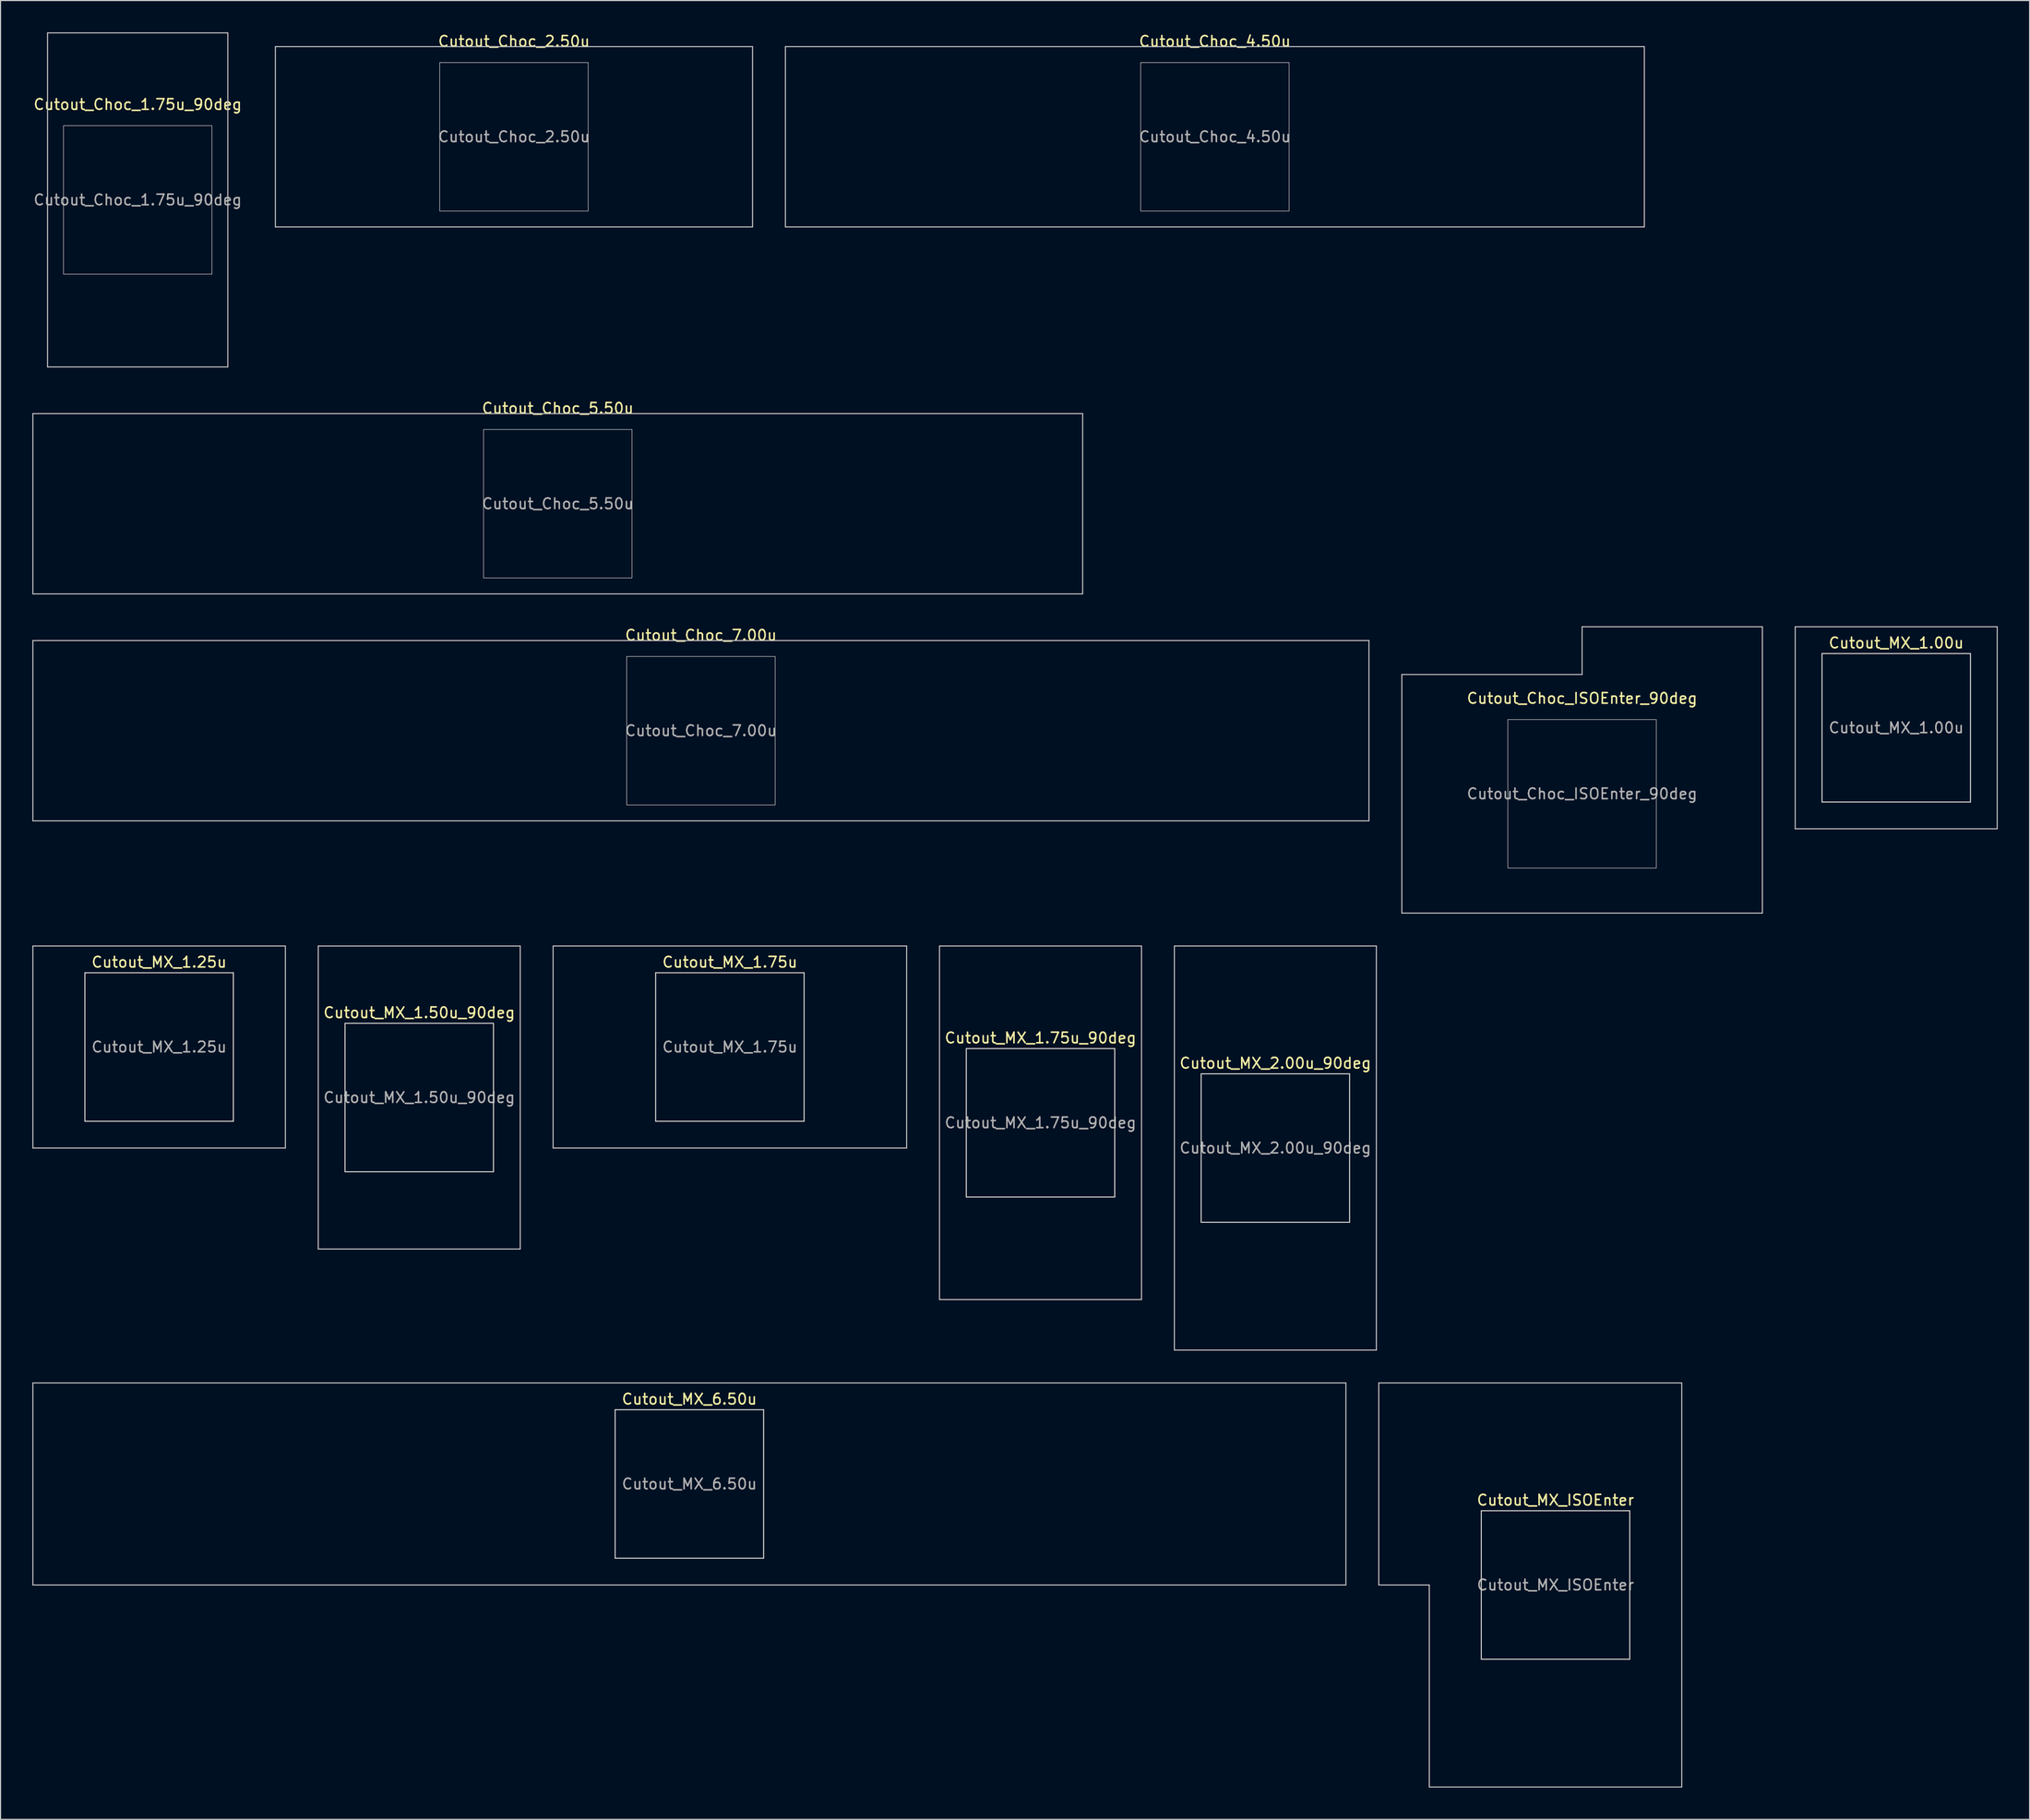
<source format=kicad_pcb>
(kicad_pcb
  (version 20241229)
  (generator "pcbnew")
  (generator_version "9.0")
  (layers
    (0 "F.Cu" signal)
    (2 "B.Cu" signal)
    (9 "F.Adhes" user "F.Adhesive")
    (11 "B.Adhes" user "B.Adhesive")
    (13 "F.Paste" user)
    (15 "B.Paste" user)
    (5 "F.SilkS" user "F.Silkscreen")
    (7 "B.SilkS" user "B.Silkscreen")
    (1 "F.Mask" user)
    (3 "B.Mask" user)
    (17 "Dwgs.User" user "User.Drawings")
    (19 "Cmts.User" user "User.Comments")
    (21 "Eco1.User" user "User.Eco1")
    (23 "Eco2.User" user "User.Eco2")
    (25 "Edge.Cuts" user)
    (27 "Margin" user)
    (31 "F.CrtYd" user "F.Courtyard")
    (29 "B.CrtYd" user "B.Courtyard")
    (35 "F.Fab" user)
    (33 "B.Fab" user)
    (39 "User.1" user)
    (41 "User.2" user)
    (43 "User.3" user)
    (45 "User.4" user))
  (footprint "Cutout_Choc_ISOEnter_90deg"
    (layer "F.Cu")
    (at 146.15 71.798)
    (property "Reference" "Cutout_Choc_ISOEnter_90deg" (at 0 -9 0) (layer "F.SilkS") (effects (font (size 1 1) (thickness 0.15))))
    (attr through_hole)
    (fp_line (start -17 -11.25) (end -17 11.25) (stroke (width 0.1) (type solid)) (layer "Dwgs.User"))
    (fp_line (start -17 11.25) (end 17 11.25) (stroke (width 0.1) (type solid)) (layer "Dwgs.User"))
    (fp_line (start 0 -15.75) (end 0 -11.25) (stroke (width 0.1) (type solid)) (layer "Dwgs.User"))
    (fp_line (start 0 -11.25) (end -17 -11.25) (stroke (width 0.1) (type solid)) (layer "Dwgs.User"))
    (fp_line (start 17 -15.75) (end 0 -15.75) (stroke (width 0.1) (type solid)) (layer "Dwgs.User"))
    (fp_line (start 17 11.25) (end 17 -15.75) (stroke (width 0.1) (type solid)) (layer "Dwgs.User"))
    (fp_rect (start -7 -7) (end 7 7) (stroke (width 0.05) (type default)) (fill no) (layer "Edge.Cuts"))
    (fp_text user "${REFERENCE}" (at 0 0 0) (layer "F.Fab") (effects (font (size 1 1) (thickness 0.15)))))
  (footprint "Cutout_MX_1.75u_90deg"
    (layer "F.Cu")
    (at 95.075 102.817)
    (property "Reference" "Cutout_MX_1.75u_90deg" (at 0 -8 0) (layer "F.SilkS") (effects (font (size 1 1) (thickness 0.15))))
    (attr through_hole)
    (fp_line (start -9.525 -16.669) (end 9.525 -16.669) (stroke (width 0.1) (type solid)) (layer "Dwgs.User"))
    (fp_line (start -9.525 16.669) (end -9.525 -16.669) (stroke (width 0.1) (type solid)) (layer "Dwgs.User"))
    (fp_line (start 9.525 -16.669) (end 9.525 16.669) (stroke (width 0.1) (type solid)) (layer "Dwgs.User"))
    (fp_line (start 9.525 16.669) (end -9.525 16.669) (stroke (width 0.1) (type solid)) (layer "Dwgs.User"))
    (fp_line (start -7 -7) (end -7 7) (stroke (width 0.1) (type solid)) (layer "Edge.Cuts"))
    (fp_line (start -7 7) (end 7 7) (stroke (width 0.1) (type solid)) (layer "Edge.Cuts"))
    (fp_line (start 7 -7) (end -7 -7) (stroke (width 0.1) (type solid)) (layer "Edge.Cuts"))
    (fp_line (start 7 7) (end 7 -7) (stroke (width 0.1) (type solid)) (layer "Edge.Cuts"))
    (fp_text user "${REFERENCE}" (at 0 0 0) (layer "F.Fab") (effects (font (size 1 1) (thickness 0.15)))))
  (footprint "Cutout_Choc_5.50u"
    (layer "F.Cu")
    (at 49.55 44.448)
    (property "Reference" "Cutout_Choc_5.50u" (at 0 -9 0) (layer "F.SilkS") (effects (font (size 1 1) (thickness 0.15))))
    (attr through_hole)
    (fp_line (start -49.5 -8.5) (end -49.5 8.5) (stroke (width 0.1) (type solid)) (layer "Dwgs.User"))
    (fp_line (start -49.5 8.5) (end 49.5 8.5) (stroke (width 0.1) (type solid)) (layer "Dwgs.User"))
    (fp_line (start 49.5 -8.5) (end -49.5 -8.5) (stroke (width 0.1) (type solid)) (layer "Dwgs.User"))
    (fp_line (start 49.5 8.5) (end 49.5 -8.5) (stroke (width 0.1) (type solid)) (layer "Dwgs.User"))
    (fp_rect (start -7 -7) (end 7 7) (stroke (width 0.05) (type default)) (fill no) (layer "Edge.Cuts"))
    (fp_text user "${REFERENCE}" (at 0 0 0) (layer "F.Fab") (effects (font (size 1 1) (thickness 0.15)))))
  (footprint "Cutout_MX_1.50u_90deg"
    (layer "F.Cu")
    (at 36.487 100.436)
    (property "Reference" "Cutout_MX_1.50u_90deg" (at 0 -8 0) (layer "F.SilkS") (effects (font (size 1 1) (thickness 0.15))))
    (attr through_hole)
    (fp_line (start -9.525 -14.287) (end 9.525 -14.287) (stroke (width 0.1) (type solid)) (layer "Dwgs.User"))
    (fp_line (start -9.525 14.287) (end -9.525 -14.287) (stroke (width 0.1) (type solid)) (layer "Dwgs.User"))
    (fp_line (start 9.525 -14.287) (end 9.525 14.287) (stroke (width 0.1) (type solid)) (layer "Dwgs.User"))
    (fp_line (start 9.525 14.287) (end -9.525 14.287) (stroke (width 0.1) (type solid)) (layer "Dwgs.User"))
    (fp_line (start -7 -7) (end -7 7) (stroke (width 0.1) (type solid)) (layer "Edge.Cuts"))
    (fp_line (start -7 7) (end 7 7) (stroke (width 0.1) (type solid)) (layer "Edge.Cuts"))
    (fp_line (start 7 -7) (end -7 -7) (stroke (width 0.1) (type solid)) (layer "Edge.Cuts"))
    (fp_line (start 7 7) (end 7 -7) (stroke (width 0.1) (type solid)) (layer "Edge.Cuts"))
    (fp_text user "${REFERENCE}" (at 0 0 0) (layer "F.Fab") (effects (font (size 1 1) (thickness 0.15)))))
  (footprint "Cutout_MX_ISOEnter"
    (layer "F.Cu")
    (at 143.644 146.398)
    (property "Reference" "Cutout_MX_ISOEnter" (at 0 -8 0) (layer "F.SilkS") (effects (font (size 1 1) (thickness 0.15))))
    (attr through_hole)
    (fp_line (start -16.669 -19.05) (end -16.669 0) (stroke (width 0.1) (type solid)) (layer "Dwgs.User"))
    (fp_line (start -16.669 0) (end -11.906 0) (stroke (width 0.1) (type solid)) (layer "Dwgs.User"))
    (fp_line (start -11.906 0) (end -11.906 19.05) (stroke (width 0.1) (type solid)) (layer "Dwgs.User"))
    (fp_line (start -11.906 19.05) (end 11.906 19.05) (stroke (width 0.1) (type solid)) (layer "Dwgs.User"))
    (fp_line (start 11.906 -19.05) (end -16.669 -19.05) (stroke (width 0.1) (type solid)) (layer "Dwgs.User"))
    (fp_line (start 11.906 19.05) (end 11.906 -19.05) (stroke (width 0.1) (type solid)) (layer "Dwgs.User"))
    (fp_line (start -7 -7) (end -7 7) (stroke (width 0.1) (type solid)) (layer "Edge.Cuts"))
    (fp_line (start -7 7) (end 7 7) (stroke (width 0.1) (type solid)) (layer "Edge.Cuts"))
    (fp_line (start 7 -7) (end -7 -7) (stroke (width 0.1) (type solid)) (layer "Edge.Cuts"))
    (fp_line (start 7 7) (end 7 -7) (stroke (width 0.1) (type solid)) (layer "Edge.Cuts"))
    (fp_text user "${REFERENCE}" (at 0 0 0) (layer "F.Fab") (effects (font (size 1 1) (thickness 0.15)))))
  (footprint "Cutout_MX_1.00u"
    (layer "F.Cu")
    (at 175.775 65.573)
    (property "Reference" "Cutout_MX_1.00u" (at 0 -8 0) (layer "F.SilkS") (effects (font (size 1 1) (thickness 0.15))))
    (attr through_hole)
    (fp_line (start -9.525 -9.525) (end -9.525 9.525) (stroke (width 0.1) (type solid)) (layer "Dwgs.User"))
    (fp_line (start -9.525 9.525) (end 9.525 9.525) (stroke (width 0.1) (type solid)) (layer "Dwgs.User"))
    (fp_line (start 9.525 -9.525) (end -9.525 -9.525) (stroke (width 0.1) (type solid)) (layer "Dwgs.User"))
    (fp_line (start 9.525 9.525) (end 9.525 -9.525) (stroke (width 0.1) (type solid)) (layer "Dwgs.User"))
    (fp_line (start -7 -7) (end -7 7) (stroke (width 0.1) (type solid)) (layer "Edge.Cuts"))
    (fp_line (start -7 7) (end 7 7) (stroke (width 0.1) (type solid)) (layer "Edge.Cuts"))
    (fp_line (start 7 -7) (end -7 -7) (stroke (width 0.1) (type solid)) (layer "Edge.Cuts"))
    (fp_line (start 7 7) (end 7 -7) (stroke (width 0.1) (type solid)) (layer "Edge.Cuts"))
    (fp_text user "${REFERENCE}" (at 0 0 0) (layer "F.Fab") (effects (font (size 1 1) (thickness 0.15)))))
  (footprint "Cutout_Choc_7.00u"
    (layer "F.Cu")
    (at 63.05 65.847)
    (property "Reference" "Cutout_Choc_7.00u" (at 0 -9 0) (layer "F.SilkS") (effects (font (size 1 1) (thickness 0.15))))
    (attr through_hole)
    (fp_line (start -63 -8.5) (end -63 8.5) (stroke (width 0.1) (type solid)) (layer "Dwgs.User"))
    (fp_line (start -63 8.5) (end 63 8.5) (stroke (width 0.1) (type solid)) (layer "Dwgs.User"))
    (fp_line (start 63 -8.5) (end -63 -8.5) (stroke (width 0.1) (type solid)) (layer "Dwgs.User"))
    (fp_line (start 63 8.5) (end 63 -8.5) (stroke (width 0.1) (type solid)) (layer "Dwgs.User"))
    (fp_rect (start -7 -7) (end 7 7) (stroke (width 0.05) (type default)) (fill no) (layer "Edge.Cuts"))
    (fp_text user "${REFERENCE}" (at 0 0 0) (layer "F.Fab") (effects (font (size 1 1) (thickness 0.15)))))
  (footprint "Cutout_Choc_2.50u"
    (layer "F.Cu")
    (at 45.419 9.848)
    (property "Reference" "Cutout_Choc_2.50u" (at 0 -9 0) (layer "F.SilkS") (effects (font (size 1 1) (thickness 0.15))))
    (attr through_hole)
    (fp_line (start -22.5 -8.5) (end -22.5 8.5) (stroke (width 0.1) (type solid)) (layer "Dwgs.User"))
    (fp_line (start -22.5 8.5) (end 22.5 8.5) (stroke (width 0.1) (type solid)) (layer "Dwgs.User"))
    (fp_line (start 22.5 -8.5) (end -22.5 -8.5) (stroke (width 0.1) (type solid)) (layer "Dwgs.User"))
    (fp_line (start 22.5 8.5) (end 22.5 -8.5) (stroke (width 0.1) (type solid)) (layer "Dwgs.User"))
    (fp_rect (start -7 -7) (end 7 7) (stroke (width 0.05) (type default)) (fill no) (layer "Edge.Cuts"))
    (fp_text user "${REFERENCE}" (at 0 0 0) (layer "F.Fab") (effects (font (size 1 1) (thickness 0.15)))))
  (footprint "Cutout_MX_2.00u_90deg"
    (layer "F.Cu")
    (at 117.225 105.198)
    (property "Reference" "Cutout_MX_2.00u_90deg" (at 0 -8 0) (layer "F.SilkS") (effects (font (size 1 1) (thickness 0.15))))
    (attr through_hole)
    (fp_line (start -9.525 -19.05) (end 9.525 -19.05) (stroke (width 0.1) (type solid)) (layer "Dwgs.User"))
    (fp_line (start -9.525 19.05) (end -9.525 -19.05) (stroke (width 0.1) (type solid)) (layer "Dwgs.User"))
    (fp_line (start 9.525 -19.05) (end 9.525 19.05) (stroke (width 0.1) (type solid)) (layer "Dwgs.User"))
    (fp_line (start 9.525 19.05) (end -9.525 19.05) (stroke (width 0.1) (type solid)) (layer "Dwgs.User"))
    (fp_line (start -7 -7) (end -7 7) (stroke (width 0.1) (type solid)) (layer "Edge.Cuts"))
    (fp_line (start -7 7) (end 7 7) (stroke (width 0.1) (type solid)) (layer "Edge.Cuts"))
    (fp_line (start 7 -7) (end -7 -7) (stroke (width 0.1) (type solid)) (layer "Edge.Cuts"))
    (fp_line (start 7 7) (end 7 -7) (stroke (width 0.1) (type solid)) (layer "Edge.Cuts"))
    (fp_text user "${REFERENCE}" (at 0 0 0) (layer "F.Fab") (effects (font (size 1 1) (thickness 0.15)))))
  (footprint "Cutout_Choc_1.75u_90deg"
    (layer "F.Cu")
    (at 9.935 15.8)
    (property "Reference" "Cutout_Choc_1.75u_90deg" (at 0 -9 0) (layer "F.SilkS") (effects (font (size 1 1) (thickness 0.15))))
    (attr through_hole)
    (fp_line (start -8.5 -15.75) (end 8.5 -15.75) (stroke (width 0.1) (type solid)) (layer "Dwgs.User"))
    (fp_line (start -8.5 15.75) (end -8.5 -15.75) (stroke (width 0.1) (type solid)) (layer "Dwgs.User"))
    (fp_line (start 8.5 -15.75) (end 8.5 15.75) (stroke (width 0.1) (type solid)) (layer "Dwgs.User"))
    (fp_line (start 8.5 15.75) (end -8.5 15.75) (stroke (width 0.1) (type solid)) (layer "Dwgs.User"))
    (fp_rect (start -7 -7) (end 7 7) (stroke (width 0.05) (type default)) (fill no) (layer "Edge.Cuts"))
    (fp_text user "${REFERENCE}" (at 0 0 0) (layer "F.Fab") (effects (font (size 1 1) (thickness 0.15)))))
  (footprint "Cutout_MX_6.50u"
    (layer "F.Cu")
    (at 61.962 136.873)
    (property "Reference" "Cutout_MX_6.50u" (at 0 -8 0) (layer "F.SilkS") (effects (font (size 1 1) (thickness 0.15))))
    (attr through_hole)
    (fp_line (start -61.913 -9.525) (end -61.913 9.525) (stroke (width 0.1) (type solid)) (layer "Dwgs.User"))
    (fp_line (start -61.913 9.525) (end 61.913 9.525) (stroke (width 0.1) (type solid)) (layer "Dwgs.User"))
    (fp_line (start 61.913 -9.525) (end -61.913 -9.525) (stroke (width 0.1) (type solid)) (layer "Dwgs.User"))
    (fp_line (start 61.913 9.525) (end 61.913 -9.525) (stroke (width 0.1) (type solid)) (layer "Dwgs.User"))
    (fp_line (start -7 -7) (end -7 7) (stroke (width 0.1) (type solid)) (layer "Edge.Cuts"))
    (fp_line (start -7 7) (end 7 7) (stroke (width 0.1) (type solid)) (layer "Edge.Cuts"))
    (fp_line (start 7 -7) (end -7 -7) (stroke (width 0.1) (type solid)) (layer "Edge.Cuts"))
    (fp_line (start 7 7) (end 7 -7) (stroke (width 0.1) (type solid)) (layer "Edge.Cuts"))
    (fp_text user "${REFERENCE}" (at 0 0 0) (layer "F.Fab") (effects (font (size 1 1) (thickness 0.15)))))
  (footprint "Cutout_MX_1.25u"
    (layer "F.Cu")
    (at 11.956 95.673)
    (property "Reference" "Cutout_MX_1.25u" (at 0 -8 0) (layer "F.SilkS") (effects (font (size 1 1) (thickness 0.15))))
    (attr through_hole)
    (fp_line (start -11.906 -9.525) (end -11.906 9.525) (stroke (width 0.1) (type solid)) (layer "Dwgs.User"))
    (fp_line (start -11.906 9.525) (end 11.906 9.525) (stroke (width 0.1) (type solid)) (layer "Dwgs.User"))
    (fp_line (start 11.906 -9.525) (end -11.906 -9.525) (stroke (width 0.1) (type solid)) (layer "Dwgs.User"))
    (fp_line (start 11.906 9.525) (end 11.906 -9.525) (stroke (width 0.1) (type solid)) (layer "Dwgs.User"))
    (fp_line (start -7 -7) (end -7 7) (stroke (width 0.1) (type solid)) (layer "Edge.Cuts"))
    (fp_line (start -7 7) (end 7 7) (stroke (width 0.1) (type solid)) (layer "Edge.Cuts"))
    (fp_line (start 7 -7) (end -7 -7) (stroke (width 0.1) (type solid)) (layer "Edge.Cuts"))
    (fp_line (start 7 7) (end 7 -7) (stroke (width 0.1) (type solid)) (layer "Edge.Cuts"))
    (fp_text user "${REFERENCE}" (at 0 0 0) (layer "F.Fab") (effects (font (size 1 1) (thickness 0.15)))))
  (footprint "Cutout_MX_1.75u"
    (layer "F.Cu")
    (at 65.781 95.673)
    (property "Reference" "Cutout_MX_1.75u" (at 0 -8 0) (layer "F.SilkS") (effects (font (size 1 1) (thickness 0.15))))
    (attr through_hole)
    (fp_line (start -16.669 -9.525) (end -16.669 9.525) (stroke (width 0.1) (type solid)) (layer "Dwgs.User"))
    (fp_line (start -16.669 9.525) (end 16.669 9.525) (stroke (width 0.1) (type solid)) (layer "Dwgs.User"))
    (fp_line (start 16.669 -9.525) (end -16.669 -9.525) (stroke (width 0.1) (type solid)) (layer "Dwgs.User"))
    (fp_line (start 16.669 9.525) (end 16.669 -9.525) (stroke (width 0.1) (type solid)) (layer "Dwgs.User"))
    (fp_line (start -7 -7) (end -7 7) (stroke (width 0.1) (type solid)) (layer "Edge.Cuts"))
    (fp_line (start -7 7) (end 7 7) (stroke (width 0.1) (type solid)) (layer "Edge.Cuts"))
    (fp_line (start 7 -7) (end -7 -7) (stroke (width 0.1) (type solid)) (layer "Edge.Cuts"))
    (fp_line (start 7 7) (end 7 -7) (stroke (width 0.1) (type solid)) (layer "Edge.Cuts"))
    (fp_text user "${REFERENCE}" (at 0 0 0) (layer "F.Fab") (effects (font (size 1 1) (thickness 0.15)))))
  (footprint "Cutout_Choc_4.50u"
    (layer "F.Cu")
    (at 111.519 9.848)
    (property "Reference" "Cutout_Choc_4.50u" (at 0 -9 0) (layer "F.SilkS") (effects (font (size 1 1) (thickness 0.15))))
    (attr through_hole)
    (fp_line (start -40.5 -8.5) (end -40.5 8.5) (stroke (width 0.1) (type solid)) (layer "Dwgs.User"))
    (fp_line (start -40.5 8.5) (end 40.5 8.5) (stroke (width 0.1) (type solid)) (layer "Dwgs.User"))
    (fp_line (start 40.5 -8.5) (end -40.5 -8.5) (stroke (width 0.1) (type solid)) (layer "Dwgs.User"))
    (fp_line (start 40.5 8.5) (end 40.5 -8.5) (stroke (width 0.1) (type solid)) (layer "Dwgs.User"))
    (fp_rect (start -7 -7) (end 7 7) (stroke (width 0.05) (type default)) (fill no) (layer "Edge.Cuts"))
    (fp_text user "${REFERENCE}" (at 0 0 0) (layer "F.Fab") (effects (font (size 1 1) (thickness 0.15)))))
  (gr_rect
    (start -3 -3)
    (end 188.35 168.498)
    (stroke (width 0.1) (type default))
    (fill no)
    (layer "Edge.Cuts")))
</source>
